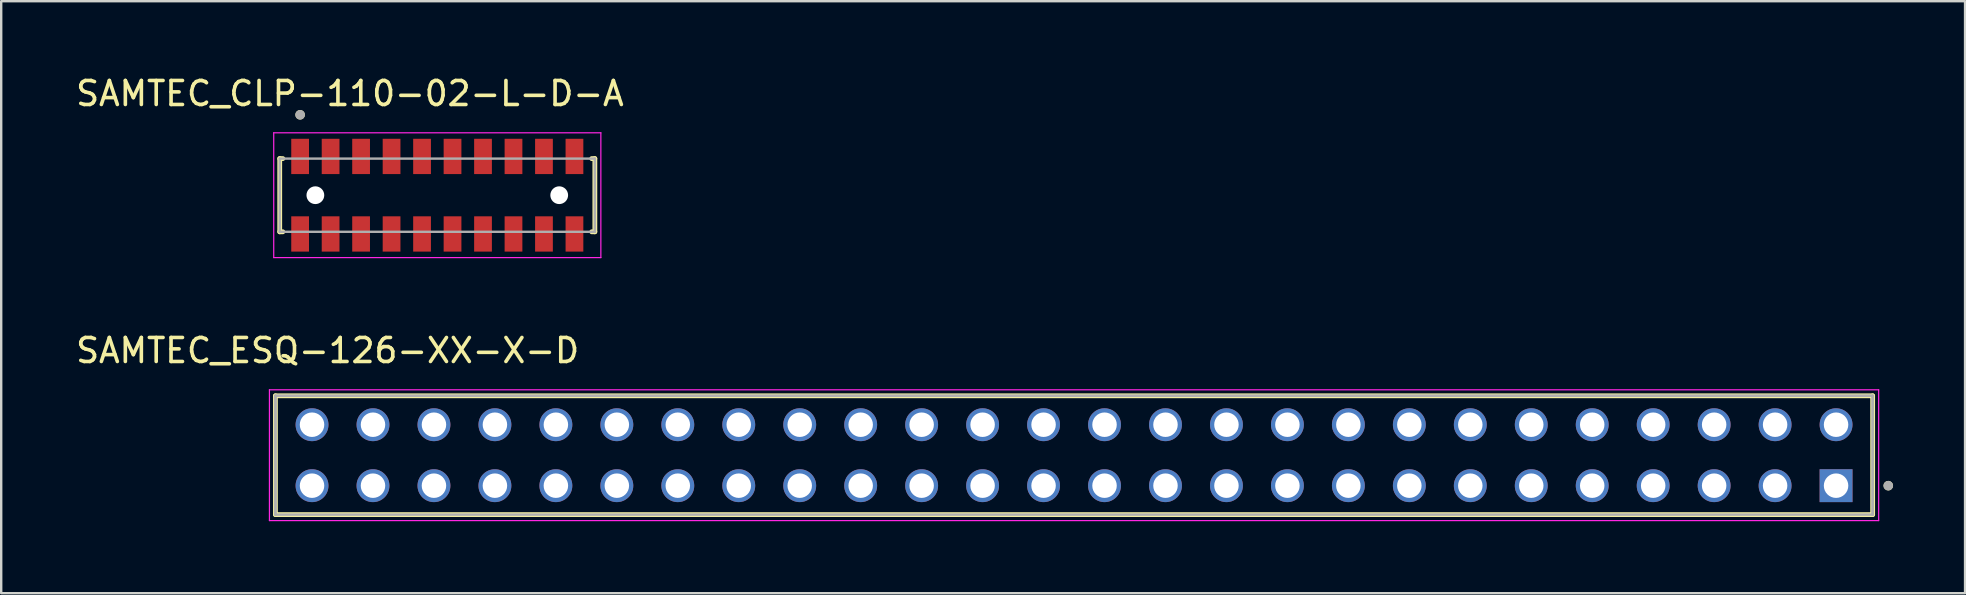
<source format=kicad_pcb>
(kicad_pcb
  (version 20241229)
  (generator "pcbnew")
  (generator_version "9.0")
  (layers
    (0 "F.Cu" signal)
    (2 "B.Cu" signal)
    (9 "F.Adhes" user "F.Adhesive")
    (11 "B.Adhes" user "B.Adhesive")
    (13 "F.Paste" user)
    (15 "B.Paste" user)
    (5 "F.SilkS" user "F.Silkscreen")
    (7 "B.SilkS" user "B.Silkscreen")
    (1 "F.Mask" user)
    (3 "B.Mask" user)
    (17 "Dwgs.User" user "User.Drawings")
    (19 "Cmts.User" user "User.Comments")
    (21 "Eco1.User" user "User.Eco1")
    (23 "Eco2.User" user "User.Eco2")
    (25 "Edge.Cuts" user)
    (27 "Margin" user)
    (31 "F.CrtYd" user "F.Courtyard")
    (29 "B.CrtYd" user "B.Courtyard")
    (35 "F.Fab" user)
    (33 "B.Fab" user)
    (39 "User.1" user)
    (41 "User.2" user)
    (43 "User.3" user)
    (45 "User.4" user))
  (footprint "SAMTEC_ESQ-126-XX-X-D"
    (layer "F.Cu")
    (at 73.451 17.186)
    (property "Reference" "SAMTEC_ESQ-126-XX-X-D" (at -62.85 -5.63 0) (layer "F.SilkS") (effects (font (size 1 1) (thickness 0.15))))
    (attr through_hole)
    (fp_line (start -65.025 1.205) (end -65.025 -3.745) (stroke (width 0.2) (type solid)) (layer "F.SilkS"))
    (fp_line (start 1.525 -3.745) (end -65.025 -3.745) (stroke (width 0.2) (type solid)) (layer "F.SilkS"))
    (fp_line (start 1.525 -3.745) (end 1.525 1.205) (stroke (width 0.2) (type solid)) (layer "F.SilkS"))
    (fp_line (start 1.525 1.205) (end -65.025 1.205) (stroke (width 0.2) (type solid)) (layer "F.SilkS"))
    (fp_circle (center 2.175 0) (end 2.275 0) (stroke (width 0.2) (type solid)) (fill no) (layer "F.SilkS"))
    (fp_line (start -65.275 -3.995) (end 1.775 -3.995) (stroke (width 0.05) (type solid)) (layer "F.CrtYd"))
    (fp_line (start -65.275 1.455) (end -65.275 -3.995) (stroke (width 0.05) (type solid)) (layer "F.CrtYd"))
    (fp_line (start 1.775 -3.995) (end 1.775 1.455) (stroke (width 0.05) (type solid)) (layer "F.CrtYd"))
    (fp_line (start 1.775 1.455) (end -65.275 1.455) (stroke (width 0.05) (type solid)) (layer "F.CrtYd"))
    (fp_line (start -65.025 -3.745) (end 1.525 -3.745) (stroke (width 0.1) (type solid)) (layer "F.Fab"))
    (fp_line (start -65.025 -3.745) (end 1.525 -3.745) (stroke (width 0.1) (type solid)) (layer "F.Fab"))
    (fp_line (start -65.025 1.205) (end -65.025 -3.745) (stroke (width 0.1) (type solid)) (layer "F.Fab"))
    (fp_line (start -65.025 1.205) (end -65.025 -3.745) (stroke (width 0.1) (type solid)) (layer "F.Fab"))
    (fp_line (start 1.525 -3.745) (end 1.525 1.205) (stroke (width 0.1) (type solid)) (layer "F.Fab"))
    (fp_line (start 1.525 -3.745) (end 1.525 1.205) (stroke (width 0.1) (type solid)) (layer "F.Fab"))
    (fp_line (start 1.525 1.205) (end -65.025 1.205) (stroke (width 0.1) (type solid)) (layer "F.Fab"))
    (fp_circle (center 2.175 0) (end 2.275 0) (stroke (width 0.2) (type solid)) (fill no) (layer "F.Fab"))
    (pad "01" thru_hole rect (at 0 0) (size 1.37 1.37) (drill 1.02) (layers "*.Cu" "*.Mask"))
    (pad "02" thru_hole circle (at 0 -2.54) (size 1.37 1.37) (drill 1.02) (layers "*.Cu" "*.Mask"))
    (pad "03" thru_hole circle (at -2.54 0) (size 1.37 1.37) (drill 1.02) (layers "*.Cu" "*.Mask"))
    (pad "04" thru_hole circle (at -2.54 -2.54) (size 1.37 1.37) (drill 1.02) (layers "*.Cu" "*.Mask"))
    (pad "05" thru_hole circle (at -5.08 0) (size 1.37 1.37) (drill 1.02) (layers "*.Cu" "*.Mask"))
    (pad "06" thru_hole circle (at -5.08 -2.54) (size 1.37 1.37) (drill 1.02) (layers "*.Cu" "*.Mask"))
    (pad "07" thru_hole circle (at -7.62 0) (size 1.37 1.37) (drill 1.02) (layers "*.Cu" "*.Mask"))
    (pad "08" thru_hole circle (at -7.62 -2.54) (size 1.37 1.37) (drill 1.02) (layers "*.Cu" "*.Mask"))
    (pad "09" thru_hole circle (at -10.16 0) (size 1.37 1.37) (drill 1.02) (layers "*.Cu" "*.Mask"))
    (pad "10" thru_hole circle (at -10.16 -2.54) (size 1.37 1.37) (drill 1.02) (layers "*.Cu" "*.Mask"))
    (pad "11" thru_hole circle (at -12.7 0) (size 1.37 1.37) (drill 1.02) (layers "*.Cu" "*.Mask"))
    (pad "12" thru_hole circle (at -12.7 -2.54) (size 1.37 1.37) (drill 1.02) (layers "*.Cu" "*.Mask"))
    (pad "13" thru_hole circle (at -15.24 0) (size 1.37 1.37) (drill 1.02) (layers "*.Cu" "*.Mask"))
    (pad "14" thru_hole circle (at -15.24 -2.54) (size 1.37 1.37) (drill 1.02) (layers "*.Cu" "*.Mask"))
    (pad "15" thru_hole circle (at -17.78 0) (size 1.37 1.37) (drill 1.02) (layers "*.Cu" "*.Mask"))
    (pad "16" thru_hole circle (at -17.78 -2.54) (size 1.37 1.37) (drill 1.02) (layers "*.Cu" "*.Mask"))
    (pad "17" thru_hole circle (at -20.32 0) (size 1.37 1.37) (drill 1.02) (layers "*.Cu" "*.Mask"))
    (pad "18" thru_hole circle (at -20.32 -2.54) (size 1.37 1.37) (drill 1.02) (layers "*.Cu" "*.Mask"))
    (pad "19" thru_hole circle (at -22.86 0) (size 1.37 1.37) (drill 1.02) (layers "*.Cu" "*.Mask"))
    (pad "20" thru_hole circle (at -22.86 -2.54) (size 1.37 1.37) (drill 1.02) (layers "*.Cu" "*.Mask"))
    (pad "21" thru_hole circle (at -25.4 0) (size 1.37 1.37) (drill 1.02) (layers "*.Cu" "*.Mask"))
    (pad "22" thru_hole circle (at -25.4 -2.54) (size 1.37 1.37) (drill 1.02) (layers "*.Cu" "*.Mask"))
    (pad "23" thru_hole circle (at -27.94 0) (size 1.37 1.37) (drill 1.02) (layers "*.Cu" "*.Mask"))
    (pad "24" thru_hole circle (at -27.94 -2.54) (size 1.37 1.37) (drill 1.02) (layers "*.Cu" "*.Mask"))
    (pad "25" thru_hole circle (at -30.48 0) (size 1.37 1.37) (drill 1.02) (layers "*.Cu" "*.Mask"))
    (pad "26" thru_hole circle (at -30.48 -2.54) (size 1.37 1.37) (drill 1.02) (layers "*.Cu" "*.Mask"))
    (pad "27" thru_hole circle (at -33.02 0) (size 1.37 1.37) (drill 1.02) (layers "*.Cu" "*.Mask"))
    (pad "28" thru_hole circle (at -33.02 -2.54) (size 1.37 1.37) (drill 1.02) (layers "*.Cu" "*.Mask"))
    (pad "29" thru_hole circle (at -35.56 0) (size 1.37 1.37) (drill 1.02) (layers "*.Cu" "*.Mask"))
    (pad "30" thru_hole circle (at -35.56 -2.54) (size 1.37 1.37) (drill 1.02) (layers "*.Cu" "*.Mask"))
    (pad "31" thru_hole circle (at -38.1 0) (size 1.37 1.37) (drill 1.02) (layers "*.Cu" "*.Mask"))
    (pad "32" thru_hole circle (at -38.1 -2.54) (size 1.37 1.37) (drill 1.02) (layers "*.Cu" "*.Mask"))
    (pad "33" thru_hole circle (at -40.64 0) (size 1.37 1.37) (drill 1.02) (layers "*.Cu" "*.Mask"))
    (pad "34" thru_hole circle (at -40.64 -2.54) (size 1.37 1.37) (drill 1.02) (layers "*.Cu" "*.Mask"))
    (pad "35" thru_hole circle (at -43.18 0) (size 1.37 1.37) (drill 1.02) (layers "*.Cu" "*.Mask"))
    (pad "36" thru_hole circle (at -43.18 -2.54) (size 1.37 1.37) (drill 1.02) (layers "*.Cu" "*.Mask"))
    (pad "37" thru_hole circle (at -45.72 0) (size 1.37 1.37) (drill 1.02) (layers "*.Cu" "*.Mask"))
    (pad "38" thru_hole circle (at -45.72 -2.54) (size 1.37 1.37) (drill 1.02) (layers "*.Cu" "*.Mask"))
    (pad "39" thru_hole circle (at -48.26 0) (size 1.37 1.37) (drill 1.02) (layers "*.Cu" "*.Mask"))
    (pad "40" thru_hole circle (at -48.26 -2.54) (size 1.37 1.37) (drill 1.02) (layers "*.Cu" "*.Mask"))
    (pad "41" thru_hole circle (at -50.8 0) (size 1.37 1.37) (drill 1.02) (layers "*.Cu" "*.Mask"))
    (pad "42" thru_hole circle (at -50.8 -2.54) (size 1.37 1.37) (drill 1.02) (layers "*.Cu" "*.Mask"))
    (pad "43" thru_hole circle (at -53.34 0) (size 1.37 1.37) (drill 1.02) (layers "*.Cu" "*.Mask"))
    (pad "44" thru_hole circle (at -53.34 -2.54) (size 1.37 1.37) (drill 1.02) (layers "*.Cu" "*.Mask"))
    (pad "45" thru_hole circle (at -55.88 0) (size 1.37 1.37) (drill 1.02) (layers "*.Cu" "*.Mask"))
    (pad "46" thru_hole circle (at -55.88 -2.54) (size 1.37 1.37) (drill 1.02) (layers "*.Cu" "*.Mask"))
    (pad "47" thru_hole circle (at -58.42 0) (size 1.37 1.37) (drill 1.02) (layers "*.Cu" "*.Mask"))
    (pad "48" thru_hole circle (at -58.42 -2.54) (size 1.37 1.37) (drill 1.02) (layers "*.Cu" "*.Mask"))
    (pad "49" thru_hole circle (at -60.96 0) (size 1.37 1.37) (drill 1.02) (layers "*.Cu" "*.Mask"))
    (pad "50" thru_hole circle (at -60.96 -2.54) (size 1.37 1.37) (drill 1.02) (layers "*.Cu" "*.Mask"))
    (pad "51" thru_hole circle (at -63.5 0) (size 1.37 1.37) (drill 1.02) (layers "*.Cu" "*.Mask"))
    (pad "52" thru_hole circle (at -63.5 -2.54) (size 1.37 1.37) (drill 1.02) (layers "*.Cu" "*.Mask")))
  (footprint "SAMTEC_CLP-110-02-L-D-A"
    (layer "F.Cu")
    (at 15.17 5.083)
    (property "Reference" "SAMTEC_CLP-110-02-L-D-A" (at -3.64 -4.235 0) (layer "F.SilkS") (effects (font (size 1 1) (thickness 0.15))))
    (attr smd)
    (fp_line (start -6.565 -1.525) (end -6.565 1.525) (stroke (width 0.2) (type solid)) (layer "F.SilkS"))
    (fp_line (start -6.565 1.525) (end -6.435 1.525) (stroke (width 0.2) (type solid)) (layer "F.SilkS"))
    (fp_line (start -6.435 -1.525) (end -6.565 -1.525) (stroke (width 0.2) (type solid)) (layer "F.SilkS"))
    (fp_line (start 6.435 1.525) (end 6.565 1.525) (stroke (width 0.2) (type solid)) (layer "F.SilkS"))
    (fp_line (start 6.565 -1.525) (end 6.435 -1.525) (stroke (width 0.2) (type solid)) (layer "F.SilkS"))
    (fp_line (start 6.565 1.525) (end 6.565 -1.525) (stroke (width 0.2) (type solid)) (layer "F.SilkS"))
    (fp_circle (center -5.715 -3.35) (end -5.615 -3.35) (stroke (width 0.2) (type solid)) (fill no) (layer "F.SilkS"))
    (fp_line (start -6.815 -2.6) (end -6.815 2.6) (stroke (width 0.05) (type solid)) (layer "F.CrtYd"))
    (fp_line (start -6.815 2.6) (end 6.815 2.6) (stroke (width 0.05) (type solid)) (layer "F.CrtYd"))
    (fp_line (start 6.815 -2.6) (end -6.815 -2.6) (stroke (width 0.05) (type solid)) (layer "F.CrtYd"))
    (fp_line (start 6.815 2.6) (end 6.815 -2.6) (stroke (width 0.05) (type solid)) (layer "F.CrtYd"))
    (fp_line (start -6.565 -1.525) (end -6.565 1.525) (stroke (width 0.1) (type solid)) (layer "F.Fab"))
    (fp_line (start -6.565 1.525) (end 6.565 1.525) (stroke (width 0.1) (type solid)) (layer "F.Fab"))
    (fp_line (start 6.565 -1.525) (end -6.565 -1.525) (stroke (width 0.1) (type solid)) (layer "F.Fab"))
    (fp_line (start 6.565 1.525) (end 6.565 -1.525) (stroke (width 0.1) (type solid)) (layer "F.Fab"))
    (fp_circle (center -5.715 -3.35) (end -5.615 -3.35) (stroke (width 0.2) (type solid)) (fill no) (layer "F.Fab"))
    (pad "" np_thru_hole circle (at -5.08 0) (size 0.74 0.74) (drill 0.74) (layers "*.Cu" "*.Mask"))
    (pad "" np_thru_hole circle (at 5.08 0) (size 0.74 0.74) (drill 0.74) (layers "*.Cu" "*.Mask"))
    (pad "01" smd rect (at -5.715 -1.615) (size 0.74 1.47) (layers "F.Cu" "F.Mask" "F.Paste"))
    (pad "02" smd rect (at -5.715 1.615) (size 0.74 1.47) (layers "F.Cu" "F.Mask" "F.Paste"))
    (pad "03" smd rect (at -4.445 -1.615) (size 0.74 1.47) (layers "F.Cu" "F.Mask" "F.Paste"))
    (pad "04" smd rect (at -4.445 1.615) (size 0.74 1.47) (layers "F.Cu" "F.Mask" "F.Paste"))
    (pad "05" smd rect (at -3.175 -1.615) (size 0.74 1.47) (layers "F.Cu" "F.Mask" "F.Paste"))
    (pad "06" smd rect (at -3.175 1.615) (size 0.74 1.47) (layers "F.Cu" "F.Mask" "F.Paste"))
    (pad "07" smd rect (at -1.905 -1.615) (size 0.74 1.47) (layers "F.Cu" "F.Mask" "F.Paste"))
    (pad "08" smd rect (at -1.905 1.615) (size 0.74 1.47) (layers "F.Cu" "F.Mask" "F.Paste"))
    (pad "09" smd rect (at -0.635 -1.615) (size 0.74 1.47) (layers "F.Cu" "F.Mask" "F.Paste"))
    (pad "10" smd rect (at -0.635 1.615) (size 0.74 1.47) (layers "F.Cu" "F.Mask" "F.Paste"))
    (pad "11" smd rect (at 0.635 -1.615) (size 0.74 1.47) (layers "F.Cu" "F.Mask" "F.Paste"))
    (pad "12" smd rect (at 0.635 1.615) (size 0.74 1.47) (layers "F.Cu" "F.Mask" "F.Paste"))
    (pad "13" smd rect (at 1.905 -1.615) (size 0.74 1.47) (layers "F.Cu" "F.Mask" "F.Paste"))
    (pad "14" smd rect (at 1.905 1.615) (size 0.74 1.47) (layers "F.Cu" "F.Mask" "F.Paste"))
    (pad "15" smd rect (at 3.175 -1.615) (size 0.74 1.47) (layers "F.Cu" "F.Mask" "F.Paste"))
    (pad "16" smd rect (at 3.175 1.615) (size 0.74 1.47) (layers "F.Cu" "F.Mask" "F.Paste"))
    (pad "17" smd rect (at 4.445 -1.615) (size 0.74 1.47) (layers "F.Cu" "F.Mask" "F.Paste"))
    (pad "18" smd rect (at 4.445 1.615) (size 0.74 1.47) (layers "F.Cu" "F.Mask" "F.Paste"))
    (pad "19" smd rect (at 5.715 -1.615) (size 0.74 1.47) (layers "F.Cu" "F.Mask" "F.Paste"))
    (pad "20" smd rect (at 5.715 1.615) (size 0.74 1.47) (layers "F.Cu" "F.Mask" "F.Paste")))
  (gr_rect
    (start -3 -3)
    (end 78.826 21.666)
    (stroke (width 0.1) (type default))
    (fill no)
    (layer "Edge.Cuts")))
</source>
